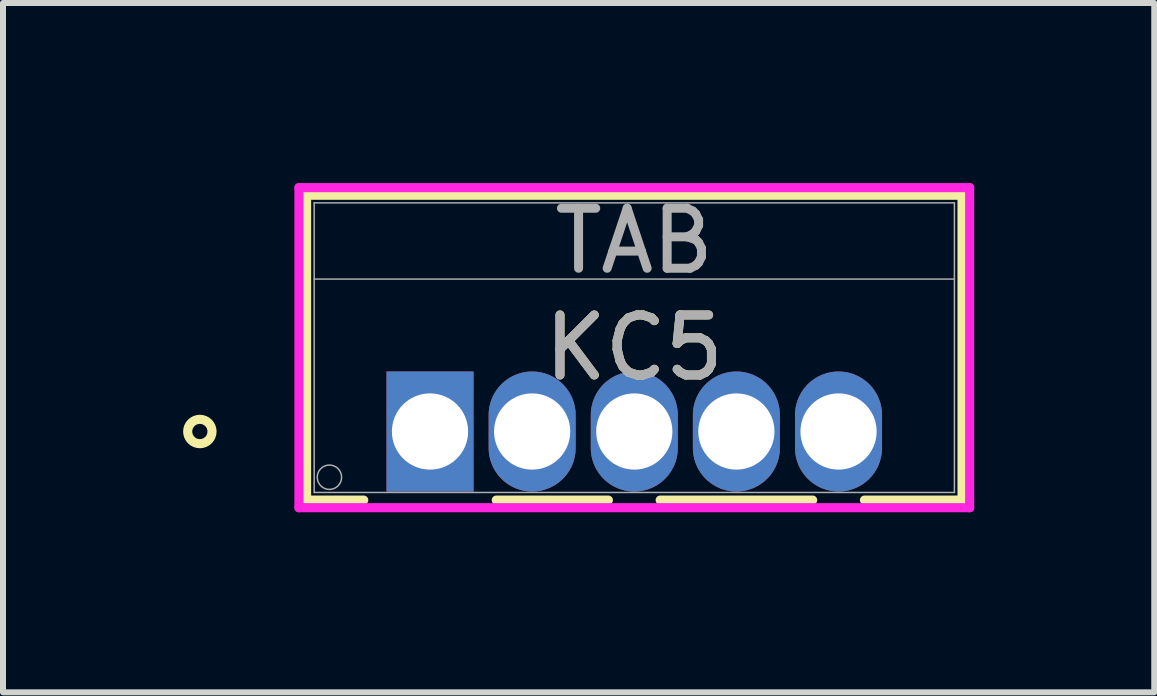
<source format=kicad_pcb>
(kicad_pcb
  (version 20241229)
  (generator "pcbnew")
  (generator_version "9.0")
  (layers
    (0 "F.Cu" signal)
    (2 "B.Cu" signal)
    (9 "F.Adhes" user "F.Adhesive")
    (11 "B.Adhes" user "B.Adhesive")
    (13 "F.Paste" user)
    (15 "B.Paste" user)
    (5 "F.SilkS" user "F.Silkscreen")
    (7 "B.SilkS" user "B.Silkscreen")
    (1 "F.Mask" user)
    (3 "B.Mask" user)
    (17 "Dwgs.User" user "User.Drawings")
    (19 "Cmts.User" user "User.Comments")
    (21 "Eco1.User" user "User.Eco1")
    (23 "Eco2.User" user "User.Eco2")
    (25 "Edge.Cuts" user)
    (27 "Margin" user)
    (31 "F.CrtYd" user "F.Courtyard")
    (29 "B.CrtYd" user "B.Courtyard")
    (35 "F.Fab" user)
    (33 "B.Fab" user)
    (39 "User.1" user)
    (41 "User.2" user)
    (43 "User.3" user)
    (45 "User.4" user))
  (footprint "KC5"
    (layer "F.Cu")
    (at 4.115 4.14)
    (property "Reference" "KC5" (at 3.404 -1.397 0) (unlocked yes) (layer "F.SilkS") (effects (font (size 1 1) (thickness 0.15))))
    (attr through_hole)
    (fp_line (start -2.057 -3.937) (end -2.057 1.143) (stroke (width 0.152) (type solid)) (layer "F.SilkS"))
    (fp_line (start -2.057 1.143) (end -1.104 1.143) (stroke (width 0.152) (type solid)) (layer "F.SilkS"))
    (fp_line (start 1.104 1.143) (end 2.972 1.143) (stroke (width 0.152) (type solid)) (layer "F.SilkS"))
    (fp_line (start 3.835 1.143) (end 6.376 1.143) (stroke (width 0.152) (type solid)) (layer "F.SilkS"))
    (fp_line (start 7.239 1.143) (end 8.865 1.143) (stroke (width 0.152) (type solid)) (layer "F.SilkS"))
    (fp_line (start 8.865 -3.937) (end -2.057 -3.937) (stroke (width 0.152) (type solid)) (layer "F.SilkS"))
    (fp_line (start 8.865 1.143) (end 8.865 -3.937) (stroke (width 0.152) (type solid)) (layer "F.SilkS"))
    (fp_circle (center -3.835 0) (end -3.632 0) (stroke (width 0.152) (type solid)) (fill no) (layer "F.SilkS"))
    (fp_line (start -2.184 -4.064) (end -2.184 1.27) (stroke (width 0.152) (type solid)) (layer "F.CrtYd"))
    (fp_line (start -2.184 1.27) (end 8.992 1.27) (stroke (width 0.152) (type solid)) (layer "F.CrtYd"))
    (fp_line (start 8.992 -4.064) (end -2.184 -4.064) (stroke (width 0.152) (type solid)) (layer "F.CrtYd"))
    (fp_line (start 8.992 1.27) (end 8.992 -4.064) (stroke (width 0.152) (type solid)) (layer "F.CrtYd"))
    (fp_line (start -1.93 -3.81) (end -1.93 1.016) (stroke (width 0.025) (type solid)) (layer "F.Fab"))
    (fp_line (start -1.93 -2.54) (end 8.738 -2.54) (stroke (width 0.025) (type solid)) (layer "F.Fab"))
    (fp_line (start -1.93 1.016) (end 8.738 1.016) (stroke (width 0.025) (type solid)) (layer "F.Fab"))
    (fp_line (start 8.738 -3.81) (end -1.93 -3.81) (stroke (width 0.025) (type solid)) (layer "F.Fab"))
    (fp_line (start 8.738 1.016) (end 8.738 -3.81) (stroke (width 0.025) (type solid)) (layer "F.Fab"))
    (fp_circle (center -1.676 0.762) (end -1.473 0.762) (stroke (width 0.025) (type solid)) (fill no) (layer "F.Fab"))
    (fp_text user "TAB" (at 3.404 -3.175 0) (unlocked yes) (layer "F.Fab") (effects (font (size 1 1) (thickness 0.15))))
    (fp_text user "${REFERENCE}" (at 3.404 -1.397 0) (unlocked yes) (layer "F.Fab") (effects (font (size 1 1) (thickness 0.15))))
    (pad "1" thru_hole rect (at 0 0) (size 1.45 2) (drill 1.27) (layers "*.Cu" "*.Mask"))
    (pad "2" thru_hole oval (at 1.702 0) (size 1.45 2) (drill 1.27) (layers "*.Cu" "*.Mask"))
    (pad "3" thru_hole oval (at 3.404 0) (size 1.45 2) (drill 1.27) (layers "*.Cu" "*.Mask"))
    (pad "4" thru_hole oval (at 5.105 0) (size 1.45 2) (drill 1.27) (layers "*.Cu" "*.Mask"))
    (pad "5" thru_hole oval (at 6.807 0) (size 1.45 2) (drill 1.27) (layers "*.Cu" "*.Mask")))
  (gr_rect
    (start -3 -3)
    (end 16.183 8.486)
    (stroke (width 0.1) (type default))
    (fill no)
    (layer "Edge.Cuts")))
</source>
